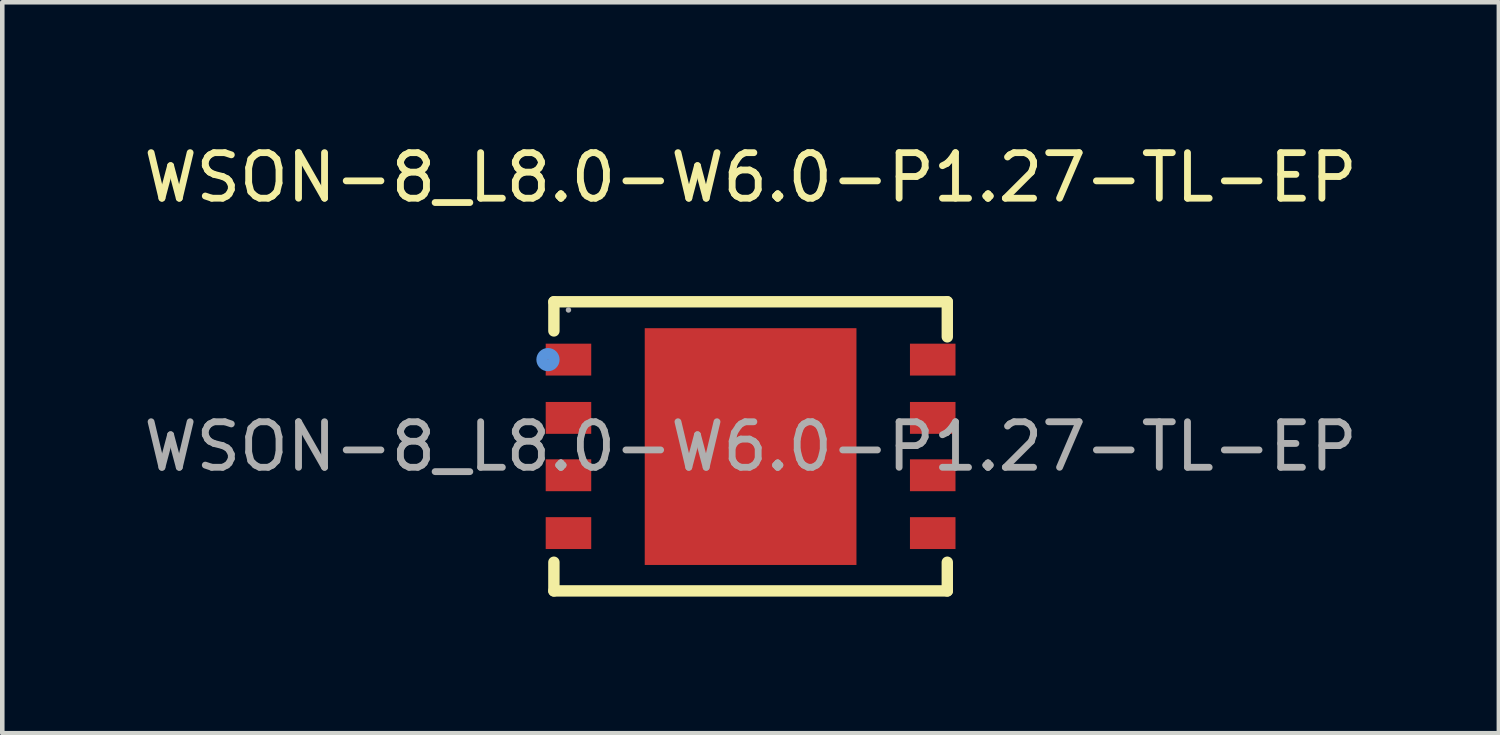
<source format=kicad_pcb>
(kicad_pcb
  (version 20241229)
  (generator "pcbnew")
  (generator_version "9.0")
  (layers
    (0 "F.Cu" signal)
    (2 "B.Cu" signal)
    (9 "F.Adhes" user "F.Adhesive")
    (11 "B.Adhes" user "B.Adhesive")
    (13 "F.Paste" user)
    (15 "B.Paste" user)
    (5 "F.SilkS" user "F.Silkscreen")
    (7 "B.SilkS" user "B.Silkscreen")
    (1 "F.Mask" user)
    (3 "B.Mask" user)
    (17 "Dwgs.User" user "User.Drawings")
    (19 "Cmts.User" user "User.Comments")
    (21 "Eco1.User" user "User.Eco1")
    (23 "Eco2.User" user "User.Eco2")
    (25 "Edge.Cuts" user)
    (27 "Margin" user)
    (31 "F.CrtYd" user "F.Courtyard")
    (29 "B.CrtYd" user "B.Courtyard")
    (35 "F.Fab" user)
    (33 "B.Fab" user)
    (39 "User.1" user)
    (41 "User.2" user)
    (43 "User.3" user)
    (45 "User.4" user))
  (footprint "WSON-8_L8.0-W6.0-P1.27-TL-EP"
    (layer "F.Cu")
    (at 13.435 6.758)
    (property "Reference" "WSON-8_L8.0-W6.0-P1.27-TL-EP" (at 0 -5.91 0) (layer "F.SilkS") (effects (font (size 1 1) (thickness 0.15))))
    (attr smd)
    (fp_line (start -4.32 -3.18) (end 4.32 -3.18) (stroke (width 0.25) (type solid)) (layer "F.SilkS"))
    (fp_line (start -4.32 -2.54) (end -4.32 -3.18) (stroke (width 0.25) (type solid)) (layer "F.SilkS"))
    (fp_line (start -4.32 2.54) (end -4.32 3.17) (stroke (width 0.25) (type solid)) (layer "F.SilkS"))
    (fp_line (start -4.32 3.17) (end 4.32 3.17) (stroke (width 0.25) (type solid)) (layer "F.SilkS"))
    (fp_line (start 4.32 -3.18) (end 4.32 -2.41) (stroke (width 0.25) (type solid)) (layer "F.SilkS"))
    (fp_line (start 4.32 3.17) (end 4.32 2.54) (stroke (width 0.25) (type solid)) (layer "F.SilkS"))
    (fp_circle (center -4.45 -1.91) (end -4.32 -1.91) (stroke (width 0.25) (type solid)) (fill no) (layer "Cmts.User"))
    (fp_circle (center -4 -3) (end -3.97 -3) (stroke (width 0.06) (type solid)) (fill no) (layer "F.Fab"))
    (fp_text user "${REFERENCE}" (at 0 0 0) (layer "F.Fab") (effects (font (size 1 1) (thickness 0.15))))
    (pad "1" smd rect (at -4 -1.91 270) (size 0.7 1) (layers "F.Cu" "F.Mask" "F.Paste"))
    (pad "2" smd rect (at -4 -0.63 270) (size 0.7 1) (layers "F.Cu" "F.Mask" "F.Paste"))
    (pad "3" smd rect (at -4 0.63 270) (size 0.7 1) (layers "F.Cu" "F.Mask" "F.Paste"))
    (pad "4" smd rect (at -4 1.9 270) (size 0.7 1) (layers "F.Cu" "F.Mask" "F.Paste"))
    (pad "5" smd rect (at 4 1.9 90) (size 0.7 1) (layers "F.Cu" "F.Mask" "F.Paste"))
    (pad "6" smd rect (at 4 0.63 90) (size 0.7 1) (layers "F.Cu" "F.Mask" "F.Paste"))
    (pad "7" smd rect (at 4 -0.63 90) (size 0.7 1) (layers "F.Cu" "F.Mask" "F.Paste"))
    (pad "8" smd rect (at 4 -1.91 90) (size 0.7 1) (layers "F.Cu" "F.Mask" "F.Paste"))
    (pad "9" smd rect (at 0 0 90) (size 5.2 4.65) (layers "F.Cu" "F.Mask" "F.Paste")))
  (gr_rect
    (start -3 -3)
    (end 29.869 13.053)
    (stroke (width 0.1) (type default))
    (fill no)
    (layer "Edge.Cuts")))
</source>
